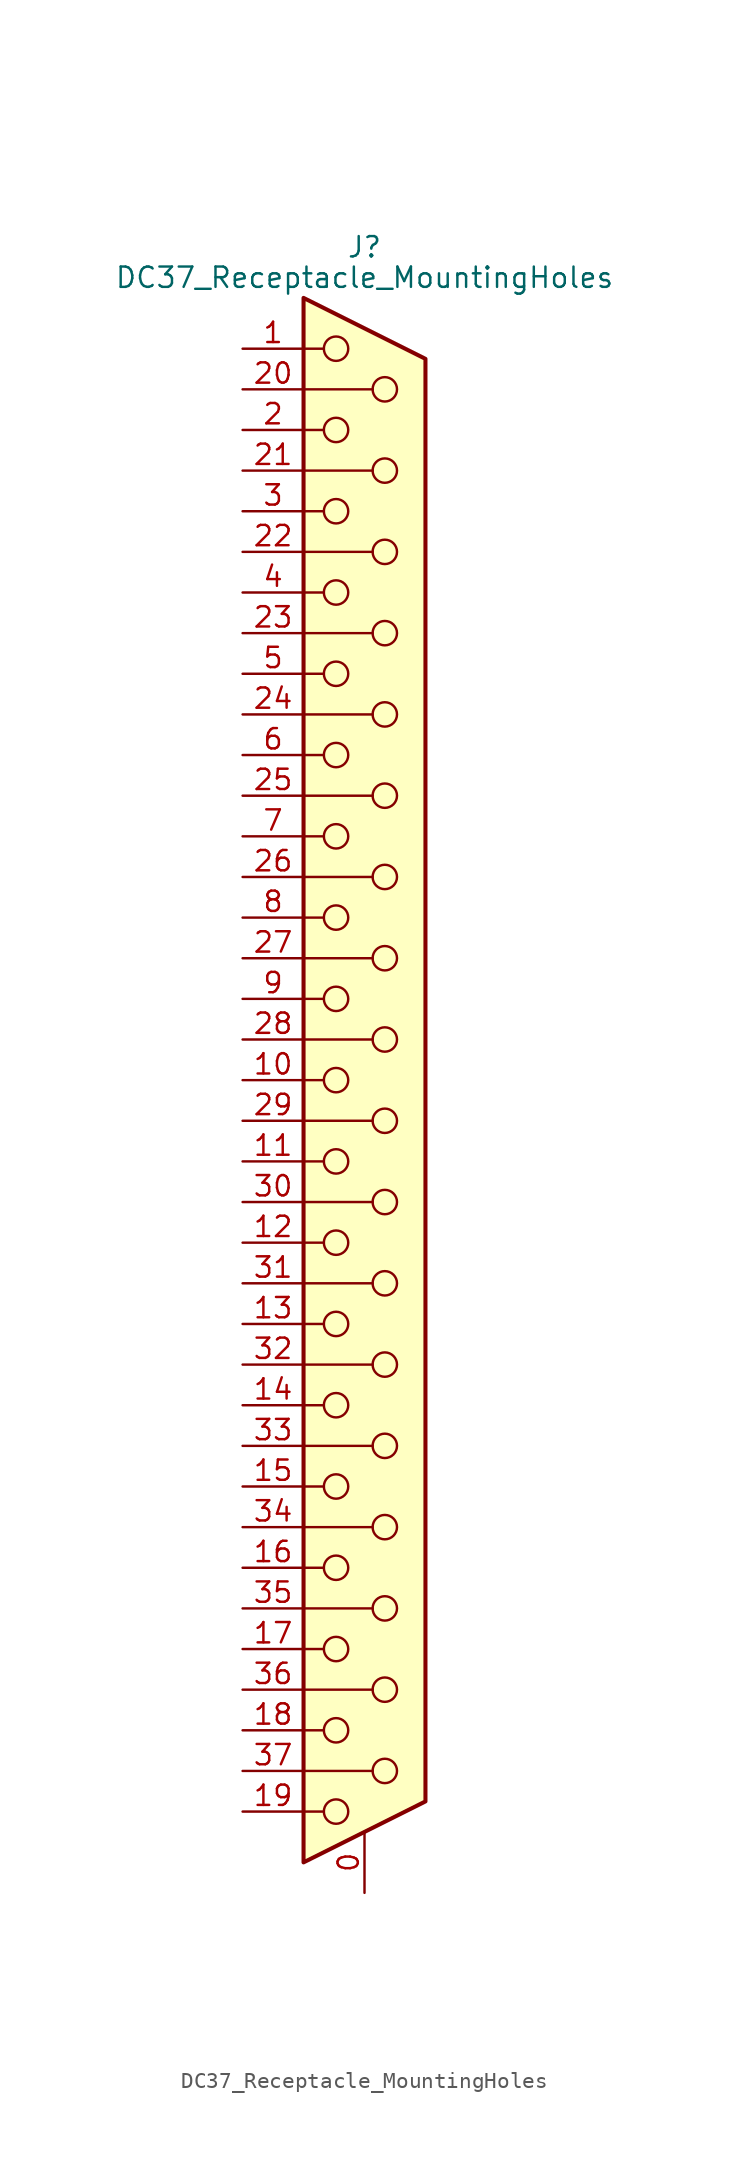
<source format=kicad_sym>
(kicad_symbol_lib
  (version 20220914)
  (generator kicad_symbol_editor)
  (symbol "DC37_Receptacle_MountingHoles"
    (pin_names
      (offset 1.016) hide)
    (property "Reference" "J"
      (at 0 52.07 0)
      (effects (font (size 1.27 1.27))))
    (property "Value" "DC37_Receptacle_MountingHoles"
      (at 0 50.165 0)
      (effects (font (size 1.27 1.27))))
    (symbol "DC37_Receptacle_MountingHoles_0_1"
      (circle (center -1.778 -45.72) (radius 0.762) (stroke (width 0) (type default)) (fill (type none)))
      (circle (center -1.778 -40.64) (radius 0.762) (stroke (width 0) (type default)) (fill (type none)))
      (circle (center -1.778 -35.56) (radius 0.762) (stroke (width 0) (type default)) (fill (type none)))
      (circle (center -1.778 -30.48) (radius 0.762) (stroke (width 0) (type default)) (fill (type none)))
      (circle (center -1.778 -25.4) (radius 0.762) (stroke (width 0) (type default)) (fill (type none)))
      (circle (center -1.778 -20.32) (radius 0.762) (stroke (width 0) (type default)) (fill (type none)))
      (circle (center -1.778 -15.24) (radius 0.762) (stroke (width 0) (type default)) (fill (type none)))
      (circle (center -1.778 -10.16) (radius 0.762) (stroke (width 0) (type default)) (fill (type none)))
      (circle (center -1.778 -5.08) (radius 0.762) (stroke (width 0) (type default)) (fill (type none)))
      (circle (center -1.778 0) (radius 0.762) (stroke (width 0) (type default)) (fill (type none)))
      (circle (center -1.778 5.08) (radius 0.762) (stroke (width 0) (type default)) (fill (type none)))
      (circle (center -1.778 10.16) (radius 0.762) (stroke (width 0) (type default)) (fill (type none)))
      (circle (center -1.778 15.24) (radius 0.762) (stroke (width 0) (type default)) (fill (type none)))
      (circle (center -1.778 20.32) (radius 0.762) (stroke (width 0) (type default)) (fill (type none)))
      (circle (center -1.778 25.4) (radius 0.762) (stroke (width 0) (type default)) (fill (type none)))
      (circle (center -1.778 30.48) (radius 0.762) (stroke (width 0) (type default)) (fill (type none)))
      (circle (center -1.778 35.56) (radius 0.762) (stroke (width 0) (type default)) (fill (type none)))
      (circle (center -1.778 40.64) (radius 0.762) (stroke (width 0) (type default)) (fill (type none)))
      (circle (center -1.778 45.72) (radius 0.762) (stroke (width 0) (type default)) (fill (type none)))
      (polyline (pts (xy -3.81 -45.72) (xy -2.54 -45.72)) (stroke (width 0) (type default)) (fill (type none)))
      (polyline (pts (xy -3.81 -43.18) (xy 0.508 -43.18)) (stroke (width 0) (type default)) (fill (type none)))
      (polyline (pts (xy -3.81 -40.64) (xy -2.54 -40.64)) (stroke (width 0) (type default)) (fill (type none)))
      (polyline (pts (xy -3.81 -38.1) (xy 0.508 -38.1)) (stroke (width 0) (type default)) (fill (type none)))
      (polyline (pts (xy -3.81 -35.56) (xy -2.54 -35.56)) (stroke (width 0) (type default)) (fill (type none)))
      (polyline (pts (xy -3.81 -33.02) (xy 0.508 -33.02)) (stroke (width 0) (type default)) (fill (type none)))
      (polyline (pts (xy -3.81 -30.48) (xy -2.54 -30.48)) (stroke (width 0) (type default)) (fill (type none)))
      (polyline (pts (xy -3.81 -27.94) (xy 0.508 -27.94)) (stroke (width 0) (type default)) (fill (type none)))
      (polyline (pts (xy -3.81 -25.4) (xy -2.54 -25.4)) (stroke (width 0) (type default)) (fill (type none)))
      (polyline (pts (xy -3.81 -22.86) (xy 0.508 -22.86)) (stroke (width 0) (type default)) (fill (type none)))
      (polyline (pts (xy -3.81 -20.32) (xy -2.54 -20.32)) (stroke (width 0) (type default)) (fill (type none)))
      (polyline (pts (xy -3.81 -17.78) (xy 0.508 -17.78)) (stroke (width 0) (type default)) (fill (type none)))
      (polyline (pts (xy -3.81 -15.24) (xy -2.54 -15.24)) (stroke (width 0) (type default)) (fill (type none)))
      (polyline (pts (xy -3.81 -12.7) (xy 0.508 -12.7)) (stroke (width 0) (type default)) (fill (type none)))
      (polyline (pts (xy -3.81 -10.16) (xy -2.54 -10.16)) (stroke (width 0) (type default)) (fill (type none)))
      (polyline (pts (xy -3.81 -7.62) (xy 0.508 -7.62)) (stroke (width 0) (type default)) (fill (type none)))
      (polyline (pts (xy -3.81 -5.08) (xy -2.54 -5.08)) (stroke (width 0) (type default)) (fill (type none)))
      (polyline (pts (xy -3.81 -2.54) (xy 0.508 -2.54)) (stroke (width 0) (type default)) (fill (type none)))
      (polyline (pts (xy -3.81 0) (xy -2.54 0)) (stroke (width 0) (type default)) (fill (type none)))
      (polyline (pts (xy -3.81 2.54) (xy 0.508 2.54)) (stroke (width 0) (type default)) (fill (type none)))
      (polyline (pts (xy -3.81 5.08) (xy -2.54 5.08)) (stroke (width 0) (type default)) (fill (type none)))
      (polyline (pts (xy -3.81 7.62) (xy 0.508 7.62)) (stroke (width 0) (type default)) (fill (type none)))
      (polyline (pts (xy -3.81 10.16) (xy -2.54 10.16)) (stroke (width 0) (type default)) (fill (type none)))
      (polyline (pts (xy -3.81 12.7) (xy 0.508 12.7)) (stroke (width 0) (type default)) (fill (type none)))
      (polyline (pts (xy -3.81 15.24) (xy -2.54 15.24)) (stroke (width 0) (type default)) (fill (type none)))
      (polyline (pts (xy -3.81 17.78) (xy 0.508 17.78)) (stroke (width 0) (type default)) (fill (type none)))
      (polyline (pts (xy -3.81 20.32) (xy -2.54 20.32)) (stroke (width 0) (type default)) (fill (type none)))
      (polyline (pts (xy -3.81 22.86) (xy 0.508 22.86)) (stroke (width 0) (type default)) (fill (type none)))
      (polyline (pts (xy -3.81 25.4) (xy -2.54 25.4)) (stroke (width 0) (type default)) (fill (type none)))
      (polyline (pts (xy -3.81 27.94) (xy 0.508 27.94)) (stroke (width 0) (type default)) (fill (type none)))
      (polyline (pts (xy -3.81 30.48) (xy -2.54 30.48)) (stroke (width 0) (type default)) (fill (type none)))
      (polyline (pts (xy -3.81 33.02) (xy 0.508 33.02)) (stroke (width 0) (type default)) (fill (type none)))
      (polyline (pts (xy -3.81 35.56) (xy -2.54 35.56)) (stroke (width 0) (type default)) (fill (type none)))
      (polyline (pts (xy -3.81 38.1) (xy 0.508 38.1)) (stroke (width 0) (type default)) (fill (type none)))
      (polyline (pts (xy -3.81 40.64) (xy -2.54 40.64)) (stroke (width 0) (type default)) (fill (type none)))
      (polyline (pts (xy -3.81 43.18) (xy 0.508 43.18)) (stroke (width 0) (type default)) (fill (type none)))
      (polyline (pts (xy -3.81 45.72) (xy -2.54 45.72)) (stroke (width 0) (type default)) (fill (type none)))
      (polyline (pts (xy -3.81 -48.895) (xy 3.81 -45.085) (xy 3.81 45.085) (xy -3.81 48.895) (xy -3.81 -48.895)) (stroke (width 0.254) (type default)) (fill (type background)))
      (circle (center 1.27 -43.18) (radius 0.762) (stroke (width 0) (type default)) (fill (type none)))
      (circle (center 1.27 -38.1) (radius 0.762) (stroke (width 0) (type default)) (fill (type none)))
      (circle (center 1.27 -33.02) (radius 0.762) (stroke (width 0) (type default)) (fill (type none)))
      (circle (center 1.27 -27.94) (radius 0.762) (stroke (width 0) (type default)) (fill (type none)))
      (circle (center 1.27 -22.86) (radius 0.762) (stroke (width 0) (type default)) (fill (type none)))
      (circle (center 1.27 -17.78) (radius 0.762) (stroke (width 0) (type default)) (fill (type none)))
      (circle (center 1.27 -12.7) (radius 0.762) (stroke (width 0) (type default)) (fill (type none)))
      (circle (center 1.27 -7.62) (radius 0.762) (stroke (width 0) (type default)) (fill (type none)))
      (circle (center 1.27 -2.54) (radius 0.762) (stroke (width 0) (type default)) (fill (type none)))
      (circle (center 1.27 2.54) (radius 0.762) (stroke (width 0) (type default)) (fill (type none)))
      (circle (center 1.27 7.62) (radius 0.762) (stroke (width 0) (type default)) (fill (type none)))
      (circle (center 1.27 12.7) (radius 0.762) (stroke (width 0) (type default)) (fill (type none)))
      (circle (center 1.27 17.78) (radius 0.762) (stroke (width 0) (type default)) (fill (type none)))
      (circle (center 1.27 22.86) (radius 0.762) (stroke (width 0) (type default)) (fill (type none)))
      (circle (center 1.27 27.94) (radius 0.762) (stroke (width 0) (type default)) (fill (type none)))
      (circle (center 1.27 33.02) (radius 0.762) (stroke (width 0) (type default)) (fill (type none)))
      (circle (center 1.27 38.1) (radius 0.762) (stroke (width 0) (type default)) (fill (type none)))
      (circle (center 1.27 43.18) (radius 0.762) (stroke (width 0) (type default)) (fill (type none))))
    (symbol "DC37_Receptacle_MountingHoles_1_1"
      (pin passive line (at 0 -50.8 90) (length 3.81) (name "PAD" (effects (font (size 1.27 1.27)))) (number "0" (effects (font (size 1.27 1.27)))))
      (pin passive line (at -7.62 45.72 0) (length 3.81) (name "1" (effects (font (size 1.27 1.27)))) (number "1" (effects (font (size 1.27 1.27)))))
      (pin passive line (at -7.62 0 0) (length 3.81) (name "10" (effects (font (size 1.27 1.27)))) (number "10" (effects (font (size 1.27 1.27)))))
      (pin passive line (at -7.62 -5.08 0) (length 3.81) (name "11" (effects (font (size 1.27 1.27)))) (number "11" (effects (font (size 1.27 1.27)))))
      (pin passive line (at -7.62 -10.16 0) (length 3.81) (name "12" (effects (font (size 1.27 1.27)))) (number "12" (effects (font (size 1.27 1.27)))))
      (pin passive line (at -7.62 -15.24 0) (length 3.81) (name "13" (effects (font (size 1.27 1.27)))) (number "13" (effects (font (size 1.27 1.27)))))
      (pin passive line (at -7.62 -20.32 0) (length 3.81) (name "14" (effects (font (size 1.27 1.27)))) (number "14" (effects (font (size 1.27 1.27)))))
      (pin passive line (at -7.62 -25.4 0) (length 3.81) (name "15" (effects (font (size 1.27 1.27)))) (number "15" (effects (font (size 1.27 1.27)))))
      (pin passive line (at -7.62 -30.48 0) (length 3.81) (name "16" (effects (font (size 1.27 1.27)))) (number "16" (effects (font (size 1.27 1.27)))))
      (pin passive line (at -7.62 -35.56 0) (length 3.81) (name "17" (effects (font (size 1.27 1.27)))) (number "17" (effects (font (size 1.27 1.27)))))
      (pin passive line (at -7.62 -40.64 0) (length 3.81) (name "18" (effects (font (size 1.27 1.27)))) (number "18" (effects (font (size 1.27 1.27)))))
      (pin passive line (at -7.62 -45.72 0) (length 3.81) (name "19" (effects (font (size 1.27 1.27)))) (number "19" (effects (font (size 1.27 1.27)))))
      (pin passive line (at -7.62 40.64 0) (length 3.81) (name "2" (effects (font (size 1.27 1.27)))) (number "2" (effects (font (size 1.27 1.27)))))
      (pin passive line (at -7.62 43.18 0) (length 3.81) (name "20" (effects (font (size 1.27 1.27)))) (number "20" (effects (font (size 1.27 1.27)))))
      (pin passive line (at -7.62 38.1 0) (length 3.81) (name "21" (effects (font (size 1.27 1.27)))) (number "21" (effects (font (size 1.27 1.27)))))
      (pin passive line (at -7.62 33.02 0) (length 3.81) (name "22" (effects (font (size 1.27 1.27)))) (number "22" (effects (font (size 1.27 1.27)))))
      (pin passive line (at -7.62 27.94 0) (length 3.81) (name "23" (effects (font (size 1.27 1.27)))) (number "23" (effects (font (size 1.27 1.27)))))
      (pin passive line (at -7.62 22.86 0) (length 3.81) (name "24" (effects (font (size 1.27 1.27)))) (number "24" (effects (font (size 1.27 1.27)))))
      (pin passive line (at -7.62 17.78 0) (length 3.81) (name "25" (effects (font (size 1.27 1.27)))) (number "25" (effects (font (size 1.27 1.27)))))
      (pin passive line (at -7.62 12.7 0) (length 3.81) (name "26" (effects (font (size 1.27 1.27)))) (number "26" (effects (font (size 1.27 1.27)))))
      (pin passive line (at -7.62 7.62 0) (length 3.81) (name "27" (effects (font (size 1.27 1.27)))) (number "27" (effects (font (size 1.27 1.27)))))
      (pin passive line (at -7.62 2.54 0) (length 3.81) (name "28" (effects (font (size 1.27 1.27)))) (number "28" (effects (font (size 1.27 1.27)))))
      (pin passive line (at -7.62 -2.54 0) (length 3.81) (name "29" (effects (font (size 1.27 1.27)))) (number "29" (effects (font (size 1.27 1.27)))))
      (pin passive line (at -7.62 35.56 0) (length 3.81) (name "3" (effects (font (size 1.27 1.27)))) (number "3" (effects (font (size 1.27 1.27)))))
      (pin passive line (at -7.62 -7.62 0) (length 3.81) (name "30" (effects (font (size 1.27 1.27)))) (number "30" (effects (font (size 1.27 1.27)))))
      (pin passive line (at -7.62 -12.7 0) (length 3.81) (name "31" (effects (font (size 1.27 1.27)))) (number "31" (effects (font (size 1.27 1.27)))))
      (pin passive line (at -7.62 -17.78 0) (length 3.81) (name "32" (effects (font (size 1.27 1.27)))) (number "32" (effects (font (size 1.27 1.27)))))
      (pin passive line (at -7.62 -22.86 0) (length 3.81) (name "33" (effects (font (size 1.27 1.27)))) (number "33" (effects (font (size 1.27 1.27)))))
      (pin passive line (at -7.62 -27.94 0) (length 3.81) (name "34" (effects (font (size 1.27 1.27)))) (number "34" (effects (font (size 1.27 1.27)))))
      (pin passive line (at -7.62 -33.02 0) (length 3.81) (name "35" (effects (font (size 1.27 1.27)))) (number "35" (effects (font (size 1.27 1.27)))))
      (pin passive line (at -7.62 -38.1 0) (length 3.81) (name "36" (effects (font (size 1.27 1.27)))) (number "36" (effects (font (size 1.27 1.27)))))
      (pin passive line (at -7.62 -43.18 0) (length 3.81) (name "37" (effects (font (size 1.27 1.27)))) (number "37" (effects (font (size 1.27 1.27)))))
      (pin passive line (at -7.62 30.48 0) (length 3.81) (name "4" (effects (font (size 1.27 1.27)))) (number "4" (effects (font (size 1.27 1.27)))))
      (pin passive line (at -7.62 25.4 0) (length 3.81) (name "5" (effects (font (size 1.27 1.27)))) (number "5" (effects (font (size 1.27 1.27)))))
      (pin passive line (at -7.62 20.32 0) (length 3.81) (name "6" (effects (font (size 1.27 1.27)))) (number "6" (effects (font (size 1.27 1.27)))))
      (pin passive line (at -7.62 15.24 0) (length 3.81) (name "7" (effects (font (size 1.27 1.27)))) (number "7" (effects (font (size 1.27 1.27)))))
      (pin passive line (at -7.62 10.16 0) (length 3.81) (name "8" (effects (font (size 1.27 1.27)))) (number "8" (effects (font (size 1.27 1.27)))))
      (pin passive line (at -7.62 5.08 0) (length 3.81) (name "9" (effects (font (size 1.27 1.27)))) (number "9" (effects (font (size 1.27 1.27))))))))
</source>
